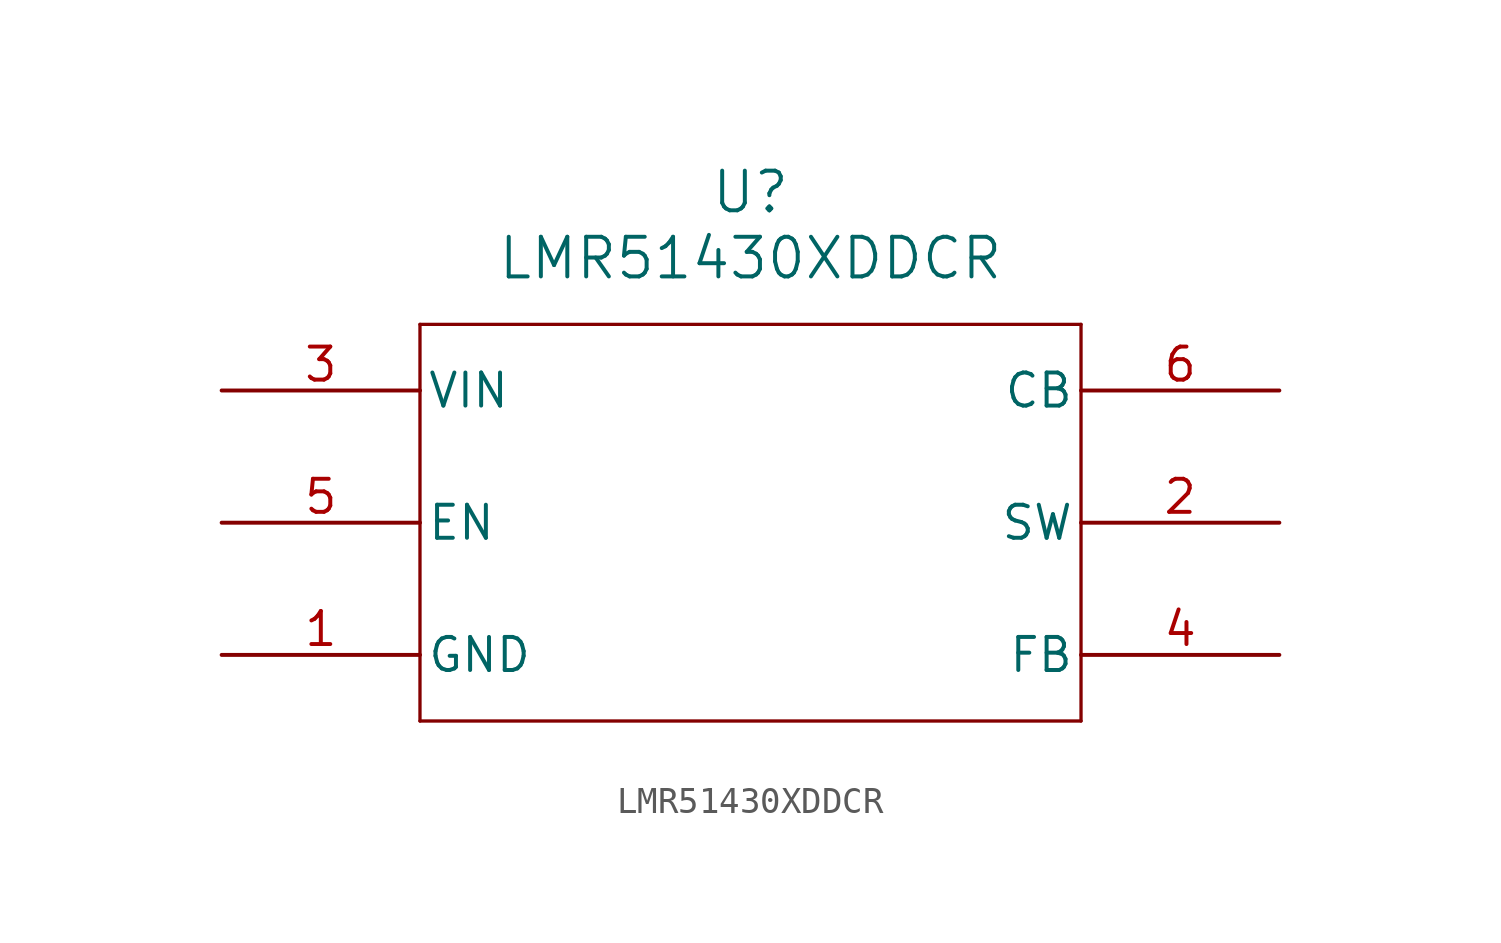
<source format=kicad_sym>
(kicad_symbol_lib
  (version 20220914)
  (generator kicad_symbol_editor)
  (symbol "LMR51430XDDCR"
    (pin_names
      (offset 0.254))
    (property "Reference" "U"
      (at 0 12.7 0)
      (effects (font (size 1.524 1.524))))
    (property "Value" "LMR51430XDDCR"
      (at 0 10.16 0)
      (effects (font (size 1.524 1.524))))
    (property "ki_locked" ""
      (at 0 0 0)
      (effects (font (size 1.27 1.27))))
    (symbol "LMR51430XDDCR_0_1"
      (polyline (pts (xy -12.7 -7.62) (xy 12.7 -7.62)) (stroke (width 0.127) (type default)) (fill (type none)))
      (polyline (pts (xy -12.7 7.62) (xy -12.7 -7.62)) (stroke (width 0.127) (type default)) (fill (type none)))
      (polyline (pts (xy 12.7 -7.62) (xy 12.7 7.62)) (stroke (width 0.127) (type default)) (fill (type none)))
      (polyline (pts (xy 12.7 7.62) (xy -12.7 7.62)) (stroke (width 0.127) (type default)) (fill (type none)))
      (pin power_out line (at -20.32 -5.08 0) (length 7.62) (name "GND" (effects (font (size 1.27 1.27)))) (number "1" (effects (font (size 1.27 1.27)))))
      (pin power_in line (at 20.32 0 180) (length 7.62) (name "SW" (effects (font (size 1.27 1.27)))) (number "2" (effects (font (size 1.27 1.27)))))
      (pin power_in line (at -20.32 5.08 0) (length 7.62) (name "VIN" (effects (font (size 1.27 1.27)))) (number "3" (effects (font (size 1.27 1.27)))))
      (pin unspecified line (at 20.32 -5.08 180) (length 7.62) (name "FB" (effects (font (size 1.27 1.27)))) (number "4" (effects (font (size 1.27 1.27)))))
      (pin unspecified line (at -20.32 0 0) (length 7.62) (name "EN" (effects (font (size 1.27 1.27)))) (number "5" (effects (font (size 1.27 1.27)))))
      (pin power_in line (at 20.32 5.08 180) (length 7.62) (name "CB" (effects (font (size 1.27 1.27)))) (number "6" (effects (font (size 1.27 1.27))))))))
</source>
